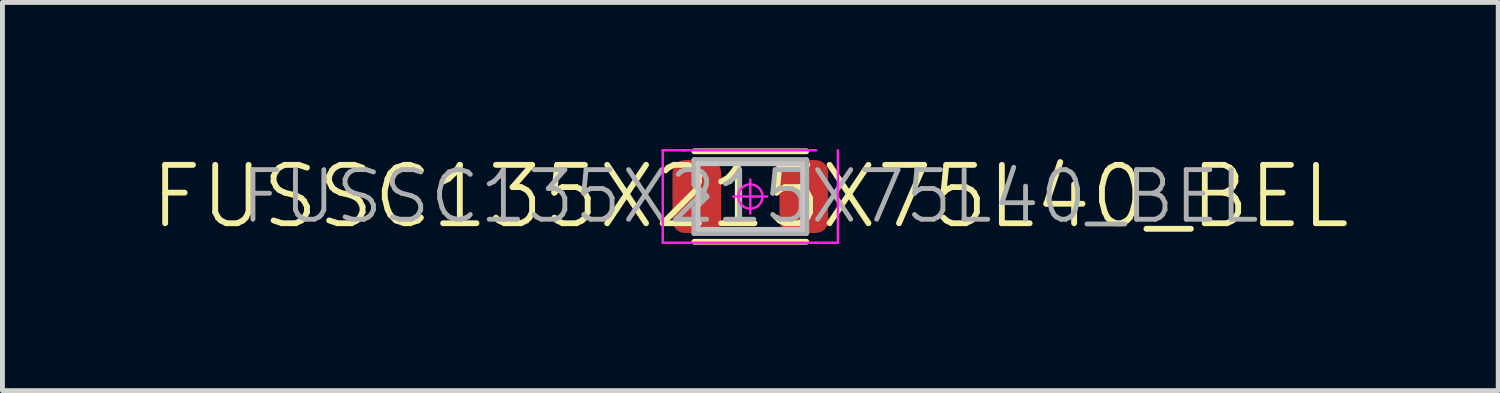
<source format=kicad_pcb>
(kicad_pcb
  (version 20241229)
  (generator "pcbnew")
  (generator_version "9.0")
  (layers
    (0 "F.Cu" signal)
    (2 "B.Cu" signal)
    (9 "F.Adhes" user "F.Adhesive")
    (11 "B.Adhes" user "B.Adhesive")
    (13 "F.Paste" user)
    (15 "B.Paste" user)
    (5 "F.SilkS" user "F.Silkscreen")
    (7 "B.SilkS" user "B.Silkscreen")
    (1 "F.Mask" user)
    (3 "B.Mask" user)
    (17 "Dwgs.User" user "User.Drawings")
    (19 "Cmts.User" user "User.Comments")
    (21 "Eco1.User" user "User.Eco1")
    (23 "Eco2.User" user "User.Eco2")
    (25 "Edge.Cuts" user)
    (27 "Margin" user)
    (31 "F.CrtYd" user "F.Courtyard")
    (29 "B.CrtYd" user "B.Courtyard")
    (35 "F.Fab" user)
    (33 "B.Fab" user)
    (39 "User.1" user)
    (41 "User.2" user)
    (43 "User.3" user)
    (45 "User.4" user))
  (footprint "FUSSC135X215X75L40_BEL"
    (layer "F.Cu")
    (at 12.374 0.99)
    (property "Reference" "FUSSC135X215X75L40_BEL" (at 0 0 0) (layer "F.SilkS") (effects (font (size 1.2 1.2) (thickness 0.12))))
    (attr smd)
    (fp_line (start -1.15 -0.93) (end 1.15 -0.93) (stroke (width 0.12) (type solid)) (layer "F.SilkS"))
    (fp_line (start -1.15 0.93) (end 1.15 0.93) (stroke (width 0.12) (type solid)) (layer "F.SilkS"))
    (fp_line (start -1.075 -0.675) (end 1.075 -0.675) (stroke (width 0.1) (type solid)) (layer "Dwgs.User"))
    (fp_line (start -1.075 0.675) (end -1.075 -0.675) (stroke (width 0.1) (type solid)) (layer "Dwgs.User"))
    (fp_line (start 1.075 -0.675) (end 1.075 0.675) (stroke (width 0.1) (type solid)) (layer "Dwgs.User"))
    (fp_line (start 1.075 0.675) (end -1.075 0.675) (stroke (width 0.1) (type solid)) (layer "Dwgs.User"))
    (fp_line (start -1.8 -0.95) (end -1.8 0.95) (stroke (width 0.05) (type solid)) (layer "F.CrtYd"))
    (fp_line (start -1.8 0.95) (end 1.35 0.95) (stroke (width 0.05) (type solid)) (layer "F.CrtYd"))
    (fp_line (start -1.35 -0.95) (end -1.8 -0.95) (stroke (width 0.05) (type solid)) (layer "F.CrtYd"))
    (fp_line (start -1.35 -0.95) (end -1.35 -0.95) (stroke (width 0.05) (type solid)) (layer "F.CrtYd"))
    (fp_line (start 0 -0.35) (end 0 0.35) (stroke (width 0.05) (type solid)) (layer "F.CrtYd"))
    (fp_line (start 0.35 0) (end -0.35 0) (stroke (width 0.05) (type solid)) (layer "F.CrtYd"))
    (fp_line (start 1.35 -0.95) (end -1.35 -0.95) (stroke (width 0.05) (type solid)) (layer "F.CrtYd"))
    (fp_line (start 1.35 0.95) (end 1.35 0.95) (stroke (width 0.05) (type solid)) (layer "F.CrtYd"))
    (fp_line (start 1.35 0.95) (end 1.8 0.95) (stroke (width 0.05) (type solid)) (layer "F.CrtYd"))
    (fp_line (start 1.8 0.95) (end 1.8 -0.95) (stroke (width 0.05) (type solid)) (layer "F.CrtYd"))
    (fp_circle (center 0 0) (end 0 0.25) (stroke (width 0.05) (type solid)) (fill no) (layer "F.CrtYd"))
    (fp_line (start -1.15 -0.75) (end -1.15 -0.25) (stroke (width 0.12) (type solid)) (layer "F.Fab"))
    (fp_line (start -1.15 -0.25) (end -0.9 0) (stroke (width 0.12) (type solid)) (layer "F.Fab"))
    (fp_line (start -1.15 0.25) (end -1.15 0.75) (stroke (width 0.12) (type solid)) (layer "F.Fab"))
    (fp_line (start -1.15 0.75) (end 1.15 0.75) (stroke (width 0.12) (type solid)) (layer "F.Fab"))
    (fp_line (start -0.9 0) (end -1.15 0.25) (stroke (width 0.12) (type solid)) (layer "F.Fab"))
    (fp_line (start 1.15 -0.75) (end -1.15 -0.75) (stroke (width 0.12) (type solid)) (layer "F.Fab"))
    (fp_line (start 1.15 0.75) (end 1.15 -0.75) (stroke (width 0.12) (type solid)) (layer "F.Fab"))
    (fp_text user "${REFERENCE}" (at 0 0 0) (layer "F.Fab") (effects (font (size 1.02 1.02) (thickness 0.1))))
    (pad "1" smd roundrect (at -1.1 0) (size 1 1.5) (layers "F.Cu" "F.Mask" "F.Paste") (roundrect_rratio 0.25))
    (pad "2" smd roundrect (at 1.1 0) (size 1 1.5) (layers "F.Cu" "F.Mask" "F.Paste") (roundrect_rratio 0.25)))
  (gr_rect
    (start -3 -3)
    (end 27.749 4.98)
    (stroke (width 0.1) (type default))
    (fill no)
    (layer "Edge.Cuts")))
</source>
